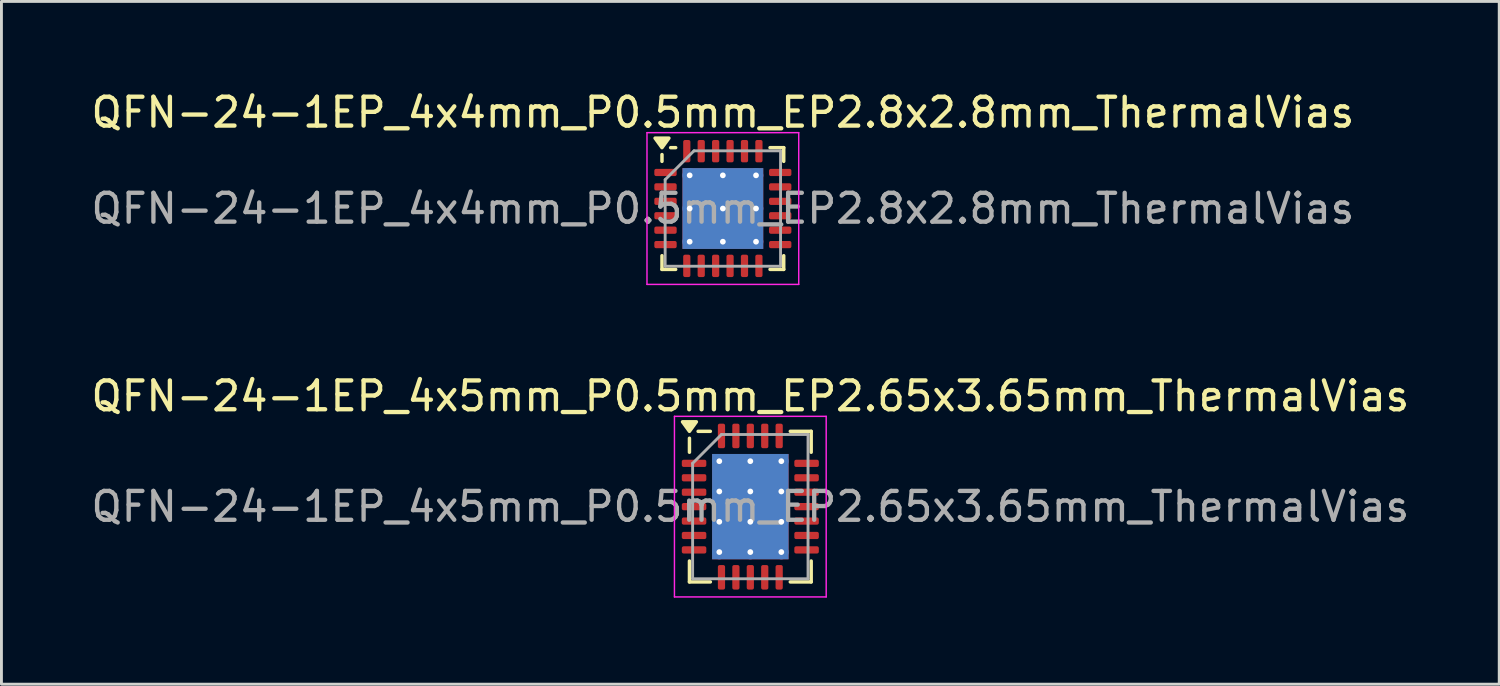
<source format=kicad_pcb>
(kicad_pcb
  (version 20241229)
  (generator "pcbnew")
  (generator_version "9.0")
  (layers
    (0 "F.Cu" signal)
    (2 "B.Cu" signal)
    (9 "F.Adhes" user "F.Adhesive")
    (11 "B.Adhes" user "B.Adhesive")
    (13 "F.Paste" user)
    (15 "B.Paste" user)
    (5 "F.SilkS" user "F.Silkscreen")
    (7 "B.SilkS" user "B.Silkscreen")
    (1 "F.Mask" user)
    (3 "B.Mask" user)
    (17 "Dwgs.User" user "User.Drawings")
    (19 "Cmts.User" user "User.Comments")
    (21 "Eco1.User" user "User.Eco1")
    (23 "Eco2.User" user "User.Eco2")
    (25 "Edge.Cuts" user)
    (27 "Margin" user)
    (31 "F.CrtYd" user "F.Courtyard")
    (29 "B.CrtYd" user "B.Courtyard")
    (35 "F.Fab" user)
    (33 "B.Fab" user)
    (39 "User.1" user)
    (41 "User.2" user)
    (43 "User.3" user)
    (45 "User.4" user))
  (footprint "QFN-24-1EP_4x5mm_P0.5mm_EP2.65x3.65mm_ThermalVias"
    (layer "F.Cu")
    (at 22.958 14.511)
    (property "Reference" "QFN-24-1EP_4x5mm_P0.5mm_EP2.65x3.65mm_ThermalVias" (at 0 -3.83 0) (layer "F.SilkS") (effects (font (size 1 1) (thickness 0.15))))
    (attr smd)
    (fp_line (start -2.11 -1.885) (end -2.11 -2.37) (stroke (width 0.12) (type solid)) (layer "F.SilkS"))
    (fp_line (start -2.11 2.61) (end -2.11 1.885) (stroke (width 0.12) (type solid)) (layer "F.SilkS"))
    (fp_line (start -1.385 -2.61) (end -1.81 -2.61) (stroke (width 0.12) (type solid)) (layer "F.SilkS"))
    (fp_line (start -1.385 2.61) (end -2.11 2.61) (stroke (width 0.12) (type solid)) (layer "F.SilkS"))
    (fp_line (start 1.385 -2.61) (end 2.11 -2.61) (stroke (width 0.12) (type solid)) (layer "F.SilkS"))
    (fp_line (start 1.385 2.61) (end 2.11 2.61) (stroke (width 0.12) (type solid)) (layer "F.SilkS"))
    (fp_line (start 2.11 -2.61) (end 2.11 -1.885) (stroke (width 0.12) (type solid)) (layer "F.SilkS"))
    (fp_line (start 2.11 2.61) (end 2.11 1.885) (stroke (width 0.12) (type solid)) (layer "F.SilkS"))
    (fp_poly (pts (xy -2.11 -2.61) (xy -2.35 -2.94) (xy -1.87 -2.94) (xy -2.11 -2.61)) (stroke (width 0.12) (type solid)) (fill yes) (layer "F.SilkS"))
    (fp_line (start -2.63 -3.13) (end -2.63 3.13) (stroke (width 0.05) (type solid)) (layer "F.CrtYd"))
    (fp_line (start -2.63 3.13) (end 2.63 3.13) (stroke (width 0.05) (type solid)) (layer "F.CrtYd"))
    (fp_line (start 2.63 -3.13) (end -2.63 -3.13) (stroke (width 0.05) (type solid)) (layer "F.CrtYd"))
    (fp_line (start 2.63 3.13) (end 2.63 -3.13) (stroke (width 0.05) (type solid)) (layer "F.CrtYd"))
    (fp_line (start -2 -1.5) (end -1 -2.5) (stroke (width 0.1) (type solid)) (layer "F.Fab"))
    (fp_line (start -2 2.5) (end -2 -1.5) (stroke (width 0.1) (type solid)) (layer "F.Fab"))
    (fp_line (start -1 -2.5) (end 2 -2.5) (stroke (width 0.1) (type solid)) (layer "F.Fab"))
    (fp_line (start 2 -2.5) (end 2 2.5) (stroke (width 0.1) (type solid)) (layer "F.Fab"))
    (fp_line (start 2 2.5) (end -2 2.5) (stroke (width 0.1) (type solid)) (layer "F.Fab"))
    (fp_text user "${REFERENCE}" (at 0 0 0) (layer "F.Fab") (effects (font (size 1 1) (thickness 0.15))))
    (pad "" smd roundrect (at -0.66 -1.22) (size 1.15 1.05) (layers "F.Paste") (roundrect_rratio 0.238))
    (pad "" smd roundrect (at -0.66 0) (size 1.15 1.05) (layers "F.Paste") (roundrect_rratio 0.238))
    (pad "" smd roundrect (at -0.66 1.22) (size 1.15 1.05) (layers "F.Paste") (roundrect_rratio 0.238))
    (pad "" smd roundrect (at 0.66 -1.22) (size 1.15 1.05) (layers "F.Paste") (roundrect_rratio 0.238))
    (pad "" smd roundrect (at 0.66 0) (size 1.15 1.05) (layers "F.Paste") (roundrect_rratio 0.238))
    (pad "" smd roundrect (at 0.66 1.22) (size 1.15 1.05) (layers "F.Paste") (roundrect_rratio 0.238))
    (pad "1" smd roundrect (at -1.95 -1.5) (size 0.85 0.25) (layers "F.Cu" "F.Mask" "F.Paste") (roundrect_rratio 0.25))
    (pad "2" smd roundrect (at -1.95 -1) (size 0.85 0.25) (layers "F.Cu" "F.Mask" "F.Paste") (roundrect_rratio 0.25))
    (pad "3" smd roundrect (at -1.95 -0.5) (size 0.85 0.25) (layers "F.Cu" "F.Mask" "F.Paste") (roundrect_rratio 0.25))
    (pad "4" smd roundrect (at -1.95 0) (size 0.85 0.25) (layers "F.Cu" "F.Mask" "F.Paste") (roundrect_rratio 0.25))
    (pad "5" smd roundrect (at -1.95 0.5) (size 0.85 0.25) (layers "F.Cu" "F.Mask" "F.Paste") (roundrect_rratio 0.25))
    (pad "6" smd roundrect (at -1.95 1) (size 0.85 0.25) (layers "F.Cu" "F.Mask" "F.Paste") (roundrect_rratio 0.25))
    (pad "7" smd roundrect (at -1.95 1.5) (size 0.85 0.25) (layers "F.Cu" "F.Mask" "F.Paste") (roundrect_rratio 0.25))
    (pad "8" smd roundrect (at -1 2.45) (size 0.25 0.85) (layers "F.Cu" "F.Mask" "F.Paste") (roundrect_rratio 0.25))
    (pad "9" smd roundrect (at -0.5 2.45) (size 0.25 0.85) (layers "F.Cu" "F.Mask" "F.Paste") (roundrect_rratio 0.25))
    (pad "10" smd roundrect (at 0 2.45) (size 0.25 0.85) (layers "F.Cu" "F.Mask" "F.Paste") (roundrect_rratio 0.25))
    (pad "11" smd roundrect (at 0.5 2.45) (size 0.25 0.85) (layers "F.Cu" "F.Mask" "F.Paste") (roundrect_rratio 0.25))
    (pad "12" smd roundrect (at 1 2.45) (size 0.25 0.85) (layers "F.Cu" "F.Mask" "F.Paste") (roundrect_rratio 0.25))
    (pad "13" smd roundrect (at 1.95 1.5) (size 0.85 0.25) (layers "F.Cu" "F.Mask" "F.Paste") (roundrect_rratio 0.25))
    (pad "14" smd roundrect (at 1.95 1) (size 0.85 0.25) (layers "F.Cu" "F.Mask" "F.Paste") (roundrect_rratio 0.25))
    (pad "15" smd roundrect (at 1.95 0.5) (size 0.85 0.25) (layers "F.Cu" "F.Mask" "F.Paste") (roundrect_rratio 0.25))
    (pad "16" smd roundrect (at 1.95 0) (size 0.85 0.25) (layers "F.Cu" "F.Mask" "F.Paste") (roundrect_rratio 0.25))
    (pad "17" smd roundrect (at 1.95 -0.5) (size 0.85 0.25) (layers "F.Cu" "F.Mask" "F.Paste") (roundrect_rratio 0.25))
    (pad "18" smd roundrect (at 1.95 -1) (size 0.85 0.25) (layers "F.Cu" "F.Mask" "F.Paste") (roundrect_rratio 0.25))
    (pad "19" smd roundrect (at 1.95 -1.5) (size 0.85 0.25) (layers "F.Cu" "F.Mask" "F.Paste") (roundrect_rratio 0.25))
    (pad "20" smd roundrect (at 1 -2.45) (size 0.25 0.85) (layers "F.Cu" "F.Mask" "F.Paste") (roundrect_rratio 0.25))
    (pad "21" smd roundrect (at 0.5 -2.45) (size 0.25 0.85) (layers "F.Cu" "F.Mask" "F.Paste") (roundrect_rratio 0.25))
    (pad "22" smd roundrect (at 0 -2.45) (size 0.25 0.85) (layers "F.Cu" "F.Mask" "F.Paste") (roundrect_rratio 0.25))
    (pad "23" smd roundrect (at -0.5 -2.45) (size 0.25 0.85) (layers "F.Cu" "F.Mask" "F.Paste") (roundrect_rratio 0.25))
    (pad "24" smd roundrect (at -1 -2.45) (size 0.25 0.85) (layers "F.Cu" "F.Mask" "F.Paste") (roundrect_rratio 0.25))
    (pad "25" thru_hole circle (at -1.075 -1.575) (size 0.5 0.5) (drill 0.2) (property pad_prop_heatsink) (layers "*.Cu"))
    (pad "25" thru_hole circle (at -1.075 -0.525) (size 0.5 0.5) (drill 0.2) (property pad_prop_heatsink) (layers "*.Cu"))
    (pad "25" thru_hole circle (at -1.075 0.525) (size 0.5 0.5) (drill 0.2) (property pad_prop_heatsink) (layers "*.Cu"))
    (pad "25" thru_hole circle (at -1.075 1.575) (size 0.5 0.5) (drill 0.2) (property pad_prop_heatsink) (layers "*.Cu"))
    (pad "25" thru_hole circle (at 0 -1.575) (size 0.5 0.5) (drill 0.2) (property pad_prop_heatsink) (layers "*.Cu"))
    (pad "25" thru_hole circle (at 0 -0.525) (size 0.5 0.5) (drill 0.2) (property pad_prop_heatsink) (layers "*.Cu"))
    (pad "25" smd rect (at 0 0) (size 2.65 3.65) (property pad_prop_heatsink) (layers "F.Cu" "F.Mask"))
    (pad "25" smd rect (at 0 0) (size 2.65 3.65) (property pad_prop_heatsink) (layers "B.Cu"))
    (pad "25" thru_hole circle (at 0 0.525) (size 0.5 0.5) (drill 0.2) (property pad_prop_heatsink) (layers "*.Cu"))
    (pad "25" thru_hole circle (at 0 1.575) (size 0.5 0.5) (drill 0.2) (property pad_prop_heatsink) (layers "*.Cu"))
    (pad "25" thru_hole circle (at 1.075 -1.575) (size 0.5 0.5) (drill 0.2) (property pad_prop_heatsink) (layers "*.Cu"))
    (pad "25" thru_hole circle (at 1.075 -0.525) (size 0.5 0.5) (drill 0.2) (property pad_prop_heatsink) (layers "*.Cu"))
    (pad "25" thru_hole circle (at 1.075 0.525) (size 0.5 0.5) (drill 0.2) (property pad_prop_heatsink) (layers "*.Cu"))
    (pad "25" thru_hole circle (at 1.075 1.575) (size 0.5 0.5) (drill 0.2) (property pad_prop_heatsink) (layers "*.Cu")))
  (footprint "QFN-24-1EP_4x4mm_P0.5mm_EP2.8x2.8mm_ThermalVias"
    (layer "F.Cu")
    (at 22.006 4.178)
    (property "Reference" "QFN-24-1EP_4x4mm_P0.5mm_EP2.8x2.8mm_ThermalVias" (at 0 -3.33 0) (layer "F.SilkS") (effects (font (size 1 1) (thickness 0.15))))
    (attr smd)
    (fp_line (start -2.11 -1.635) (end -2.11 -1.87) (stroke (width 0.12) (type solid)) (layer "F.SilkS"))
    (fp_line (start -2.11 2.11) (end -2.11 1.635) (stroke (width 0.12) (type solid)) (layer "F.SilkS"))
    (fp_line (start -1.635 -2.11) (end -1.81 -2.11) (stroke (width 0.12) (type solid)) (layer "F.SilkS"))
    (fp_line (start -1.635 2.11) (end -2.11 2.11) (stroke (width 0.12) (type solid)) (layer "F.SilkS"))
    (fp_line (start 1.635 -2.11) (end 2.11 -2.11) (stroke (width 0.12) (type solid)) (layer "F.SilkS"))
    (fp_line (start 1.635 2.11) (end 2.11 2.11) (stroke (width 0.12) (type solid)) (layer "F.SilkS"))
    (fp_line (start 2.11 -2.11) (end 2.11 -1.635) (stroke (width 0.12) (type solid)) (layer "F.SilkS"))
    (fp_line (start 2.11 2.11) (end 2.11 1.635) (stroke (width 0.12) (type solid)) (layer "F.SilkS"))
    (fp_poly (pts (xy -2.11 -2.11) (xy -2.35 -2.44) (xy -1.87 -2.44) (xy -2.11 -2.11)) (stroke (width 0.12) (type solid)) (fill yes) (layer "F.SilkS"))
    (fp_line (start -2.63 -2.63) (end -2.63 2.63) (stroke (width 0.05) (type solid)) (layer "F.CrtYd"))
    (fp_line (start -2.63 2.63) (end 2.63 2.63) (stroke (width 0.05) (type solid)) (layer "F.CrtYd"))
    (fp_line (start 2.63 -2.63) (end -2.63 -2.63) (stroke (width 0.05) (type solid)) (layer "F.CrtYd"))
    (fp_line (start 2.63 2.63) (end 2.63 -2.63) (stroke (width 0.05) (type solid)) (layer "F.CrtYd"))
    (fp_line (start -2 -1) (end -1 -2) (stroke (width 0.1) (type solid)) (layer "F.Fab"))
    (fp_line (start -2 2) (end -2 -1) (stroke (width 0.1) (type solid)) (layer "F.Fab"))
    (fp_line (start -1 -2) (end 2 -2) (stroke (width 0.1) (type solid)) (layer "F.Fab"))
    (fp_line (start 2 -2) (end 2 2) (stroke (width 0.1) (type solid)) (layer "F.Fab"))
    (fp_line (start 2 2) (end -2 2) (stroke (width 0.1) (type solid)) (layer "F.Fab"))
    (fp_text user "${REFERENCE}" (at 0 0 0) (layer "F.Fab") (effects (font (size 1 1) (thickness 0.15))))
    (pad "" smd roundrect (at -0.7 -0.7) (size 1.21 1.21) (layers "F.Paste") (roundrect_rratio 0.207))
    (pad "" smd roundrect (at -0.7 0.7) (size 1.21 1.21) (layers "F.Paste") (roundrect_rratio 0.207))
    (pad "" smd roundrect (at 0.7 -0.7) (size 1.21 1.21) (layers "F.Paste") (roundrect_rratio 0.207))
    (pad "" smd roundrect (at 0.7 0.7) (size 1.21 1.21) (layers "F.Paste") (roundrect_rratio 0.207))
    (pad "1" smd roundrect (at -1.988 -1.25) (size 0.775 0.25) (layers "F.Cu" "F.Mask" "F.Paste") (roundrect_rratio 0.25))
    (pad "2" smd roundrect (at -1.988 -0.75) (size 0.775 0.25) (layers "F.Cu" "F.Mask" "F.Paste") (roundrect_rratio 0.25))
    (pad "3" smd roundrect (at -1.988 -0.25) (size 0.775 0.25) (layers "F.Cu" "F.Mask" "F.Paste") (roundrect_rratio 0.25))
    (pad "4" smd roundrect (at -1.988 0.25) (size 0.775 0.25) (layers "F.Cu" "F.Mask" "F.Paste") (roundrect_rratio 0.25))
    (pad "5" smd roundrect (at -1.988 0.75) (size 0.775 0.25) (layers "F.Cu" "F.Mask" "F.Paste") (roundrect_rratio 0.25))
    (pad "6" smd roundrect (at -1.988 1.25) (size 0.775 0.25) (layers "F.Cu" "F.Mask" "F.Paste") (roundrect_rratio 0.25))
    (pad "7" smd roundrect (at -1.25 1.988) (size 0.25 0.775) (layers "F.Cu" "F.Mask" "F.Paste") (roundrect_rratio 0.25))
    (pad "8" smd roundrect (at -0.75 1.988) (size 0.25 0.775) (layers "F.Cu" "F.Mask" "F.Paste") (roundrect_rratio 0.25))
    (pad "9" smd roundrect (at -0.25 1.988) (size 0.25 0.775) (layers "F.Cu" "F.Mask" "F.Paste") (roundrect_rratio 0.25))
    (pad "10" smd roundrect (at 0.25 1.988) (size 0.25 0.775) (layers "F.Cu" "F.Mask" "F.Paste") (roundrect_rratio 0.25))
    (pad "11" smd roundrect (at 0.75 1.988) (size 0.25 0.775) (layers "F.Cu" "F.Mask" "F.Paste") (roundrect_rratio 0.25))
    (pad "12" smd roundrect (at 1.25 1.988) (size 0.25 0.775) (layers "F.Cu" "F.Mask" "F.Paste") (roundrect_rratio 0.25))
    (pad "13" smd roundrect (at 1.988 1.25) (size 0.775 0.25) (layers "F.Cu" "F.Mask" "F.Paste") (roundrect_rratio 0.25))
    (pad "14" smd roundrect (at 1.988 0.75) (size 0.775 0.25) (layers "F.Cu" "F.Mask" "F.Paste") (roundrect_rratio 0.25))
    (pad "15" smd roundrect (at 1.988 0.25) (size 0.775 0.25) (layers "F.Cu" "F.Mask" "F.Paste") (roundrect_rratio 0.25))
    (pad "16" smd roundrect (at 1.988 -0.25) (size 0.775 0.25) (layers "F.Cu" "F.Mask" "F.Paste") (roundrect_rratio 0.25))
    (pad "17" smd roundrect (at 1.988 -0.75) (size 0.775 0.25) (layers "F.Cu" "F.Mask" "F.Paste") (roundrect_rratio 0.25))
    (pad "18" smd roundrect (at 1.988 -1.25) (size 0.775 0.25) (layers "F.Cu" "F.Mask" "F.Paste") (roundrect_rratio 0.25))
    (pad "19" smd roundrect (at 1.25 -1.988) (size 0.25 0.775) (layers "F.Cu" "F.Mask" "F.Paste") (roundrect_rratio 0.25))
    (pad "20" smd roundrect (at 0.75 -1.988) (size 0.25 0.775) (layers "F.Cu" "F.Mask" "F.Paste") (roundrect_rratio 0.25))
    (pad "21" smd roundrect (at 0.25 -1.988) (size 0.25 0.775) (layers "F.Cu" "F.Mask" "F.Paste") (roundrect_rratio 0.25))
    (pad "22" smd roundrect (at -0.25 -1.988) (size 0.25 0.775) (layers "F.Cu" "F.Mask" "F.Paste") (roundrect_rratio 0.25))
    (pad "23" smd roundrect (at -0.75 -1.988) (size 0.25 0.775) (layers "F.Cu" "F.Mask" "F.Paste") (roundrect_rratio 0.25))
    (pad "24" smd roundrect (at -1.25 -1.988) (size 0.25 0.775) (layers "F.Cu" "F.Mask" "F.Paste") (roundrect_rratio 0.25))
    (pad "25" thru_hole circle (at -1.15 -1.15) (size 0.5 0.5) (drill 0.2) (property pad_prop_heatsink) (layers "*.Cu"))
    (pad "25" thru_hole circle (at -1.15 0) (size 0.5 0.5) (drill 0.2) (property pad_prop_heatsink) (layers "*.Cu"))
    (pad "25" thru_hole circle (at -1.15 1.15) (size 0.5 0.5) (drill 0.2) (property pad_prop_heatsink) (layers "*.Cu"))
    (pad "25" thru_hole circle (at 0 -1.15) (size 0.5 0.5) (drill 0.2) (property pad_prop_heatsink) (layers "*.Cu"))
    (pad "25" thru_hole circle (at 0 0) (size 0.5 0.5) (drill 0.2) (property pad_prop_heatsink) (layers "*.Cu"))
    (pad "25" smd rect (at 0 0) (size 2.8 2.8) (property pad_prop_heatsink) (layers "F.Cu" "F.Mask"))
    (pad "25" smd rect (at 0 0) (size 2.8 2.8) (property pad_prop_heatsink) (layers "B.Cu"))
    (pad "25" thru_hole circle (at 0 1.15) (size 0.5 0.5) (drill 0.2) (property pad_prop_heatsink) (layers "*.Cu"))
    (pad "25" thru_hole circle (at 1.15 -1.15) (size 0.5 0.5) (drill 0.2) (property pad_prop_heatsink) (layers "*.Cu"))
    (pad "25" thru_hole circle (at 1.15 0) (size 0.5 0.5) (drill 0.2) (property pad_prop_heatsink) (layers "*.Cu"))
    (pad "25" thru_hole circle (at 1.15 1.15) (size 0.5 0.5) (drill 0.2) (property pad_prop_heatsink) (layers "*.Cu")))
  (gr_rect
    (start -3 -3)
    (end 48.917 20.666)
    (stroke (width 0.1) (type default))
    (fill no)
    (layer "Edge.Cuts")))
</source>
